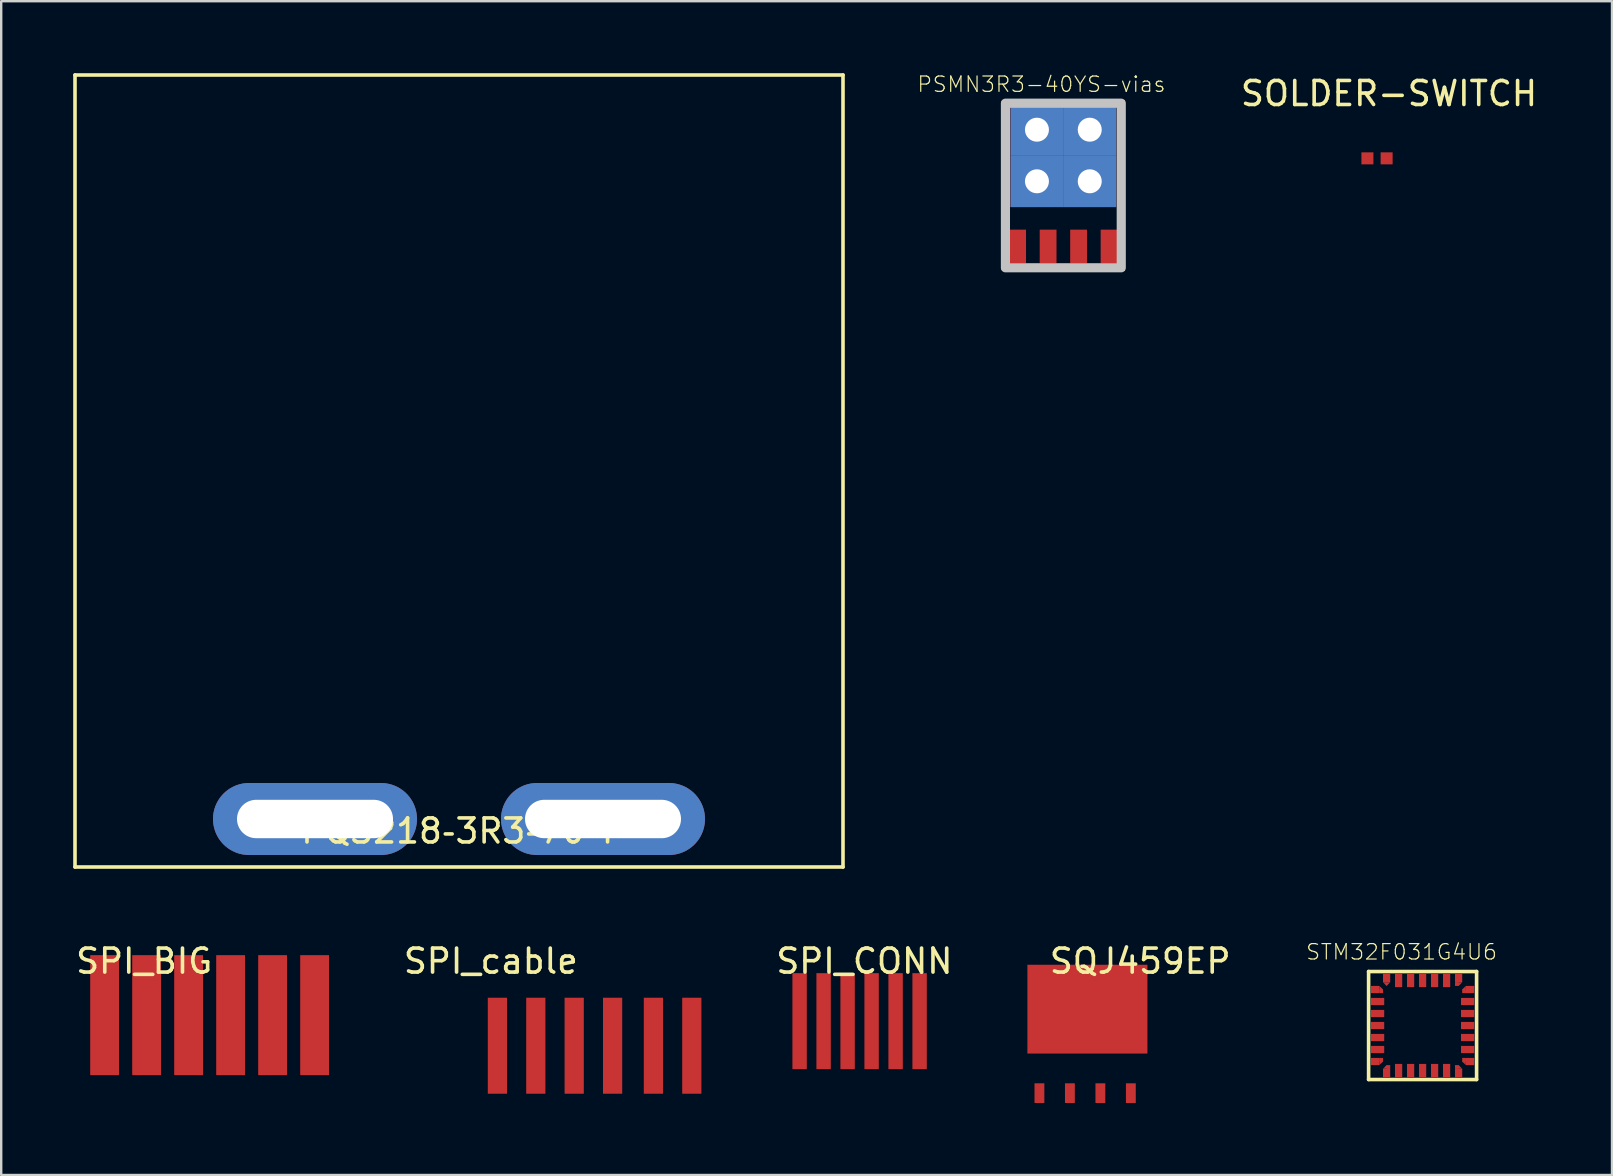
<source format=kicad_pcb>
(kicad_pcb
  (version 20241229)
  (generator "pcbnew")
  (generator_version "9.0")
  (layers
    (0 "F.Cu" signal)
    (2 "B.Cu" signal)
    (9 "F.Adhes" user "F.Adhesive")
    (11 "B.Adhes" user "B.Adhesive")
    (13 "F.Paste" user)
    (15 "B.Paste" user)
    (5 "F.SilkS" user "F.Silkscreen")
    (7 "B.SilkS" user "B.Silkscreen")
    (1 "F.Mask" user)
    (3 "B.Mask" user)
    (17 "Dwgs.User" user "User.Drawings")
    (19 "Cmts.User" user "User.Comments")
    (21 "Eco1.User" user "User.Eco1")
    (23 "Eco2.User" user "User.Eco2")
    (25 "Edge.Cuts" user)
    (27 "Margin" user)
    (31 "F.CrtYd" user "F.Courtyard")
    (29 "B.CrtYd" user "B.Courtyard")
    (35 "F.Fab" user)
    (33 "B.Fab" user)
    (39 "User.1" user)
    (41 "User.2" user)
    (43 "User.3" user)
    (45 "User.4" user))
  (footprint "SOLDER-SWITCH"
    (layer "F.Cu")
    (at 54.826 0.348)
    (property "Reference" "SOLDER-SWITCH" (at 0 0.5 0) (layer "F.SilkS") (effects (font (size 1 1) (thickness 0.15))))
    (attr through_hole)
    (pad "1" smd rect (at -0.9 3.2) (size 0.5 0.5) (layers "F.Cu" "F.Mask" "F.Paste"))
    (pad "2" smd rect (at -0.1 3.2) (size 0.5 0.5) (layers "F.Cu" "F.Mask" "F.Paste")))
  (footprint "SPI_cable"
    (layer "F.Cu")
    (at 17.275 38.522)
    (property "Reference" "SPI_cable" (at 0.127 -1.524 0) (layer "F.SilkS") (effects (font (size 1 1) (thickness 0.15))))
    (attr through_hole)
    (pad "1" smd rect (at 0.4 2) (size 0.8 4) (layers "F.Cu" "F.Mask" "F.Paste"))
    (pad "2" smd rect (at 2 2) (size 0.8 4) (layers "F.Cu" "F.Mask" "F.Paste"))
    (pad "3" smd rect (at 3.6 2) (size 0.8 4) (layers "F.Cu" "F.Mask" "F.Paste"))
    (pad "4" smd rect (at 5.2 2) (size 0.8 4) (layers "F.Cu" "F.Mask" "F.Paste"))
    (pad "5" smd rect (at 6.9 2) (size 0.8 4) (layers "F.Cu" "F.Mask" "F.Paste"))
    (pad "6" smd rect (at 8.5 2) (size 0.8 4) (layers "F.Cu" "F.Mask" "F.Paste")))
  (footprint "SPI_BIG"
    (layer "F.Cu")
    (at 2.958 36.498)
    (property "Reference" "SPI_BIG" (at 0 0.5 0) (layer "F.SilkS") (effects (font (size 1 1) (thickness 0.15))))
    (attr through_hole)
    (pad "1" smd rect (at -1.65 2.75) (size 1.2 5) (layers "F.Cu" "F.Mask" "F.Paste"))
    (pad "2" smd rect (at 0.1 2.75) (size 1.2 5) (layers "F.Cu" "F.Mask" "F.Paste"))
    (pad "3" smd rect (at 1.85 2.75) (size 1.2 5) (layers "F.Cu" "F.Mask" "F.Paste"))
    (pad "4" smd rect (at 3.6 2.75) (size 1.2 5) (layers "F.Cu" "F.Mask" "F.Paste"))
    (pad "5" smd rect (at 5.35 2.75) (size 1.2 5) (layers "F.Cu" "F.Mask" "F.Paste"))
    (pad "6" smd rect (at 7.1 2.75) (size 1.2 5) (layers "F.Cu" "F.Mask" "F.Paste")))
  (footprint "PQ3218‐3R3‐70‐T"
    (layer "F.Cu")
    (at 16.075 31.075)
    (property "Reference" "PQ3218‐3R3‐70‐T" (at 0 0.5 0) (layer "F.SilkS") (effects (font (size 1 1) (thickness 0.15))))
    (attr through_hole)
    (fp_line (start -16 -31) (end -16 2) (stroke (width 0.15) (type solid)) (layer "F.SilkS"))
    (fp_line (start -16 2) (end 16 2) (stroke (width 0.15) (type solid)) (layer "F.SilkS"))
    (fp_line (start 16 -31) (end -16 -31) (stroke (width 0.15) (type solid)) (layer "F.SilkS"))
    (fp_line (start 16 2) (end 16 -31) (stroke (width 0.15) (type solid)) (layer "F.SilkS"))
    (pad "1" thru_hole oval (at -6 0) (size 8.5 3) (drill oval 6.5 1.6) (layers "*.Cu" "*.Mask"))
    (pad "2" thru_hole oval (at 6 0) (size 8.5 3) (drill oval 6.5 1.6) (layers "*.Cu" "*.Mask")))
  (footprint "PSMN3R3-40YS-vias"
    (layer "F.Cu")
    (at 41.256 4.679)
    (property "Reference" "PSMN3R3-40YS-vias" (at -0.914 -4.216 0) (layer "F.SilkS") (effects (font (size 0.64 0.64) (thickness 0.05))))
    (attr smd)
    (fp_line (start -2.5 -3.5) (end 2.5 -3.5) (stroke (width 0.127) (type solid)) (layer "F.SilkS"))
    (fp_line (start -2.5 3.5) (end -2.5 -3.5) (stroke (width 0.127) (type solid)) (layer "F.SilkS"))
    (fp_line (start 2.5 -3.5) (end 2.5 3.5) (stroke (width 0.127) (type solid)) (layer "F.SilkS"))
    (fp_line (start 2.5 3.5) (end -2.5 3.5) (stroke (width 0.127) (type solid)) (layer "F.SilkS"))
    (fp_line (start -2.5 -3.5) (end -2.5 3.5) (stroke (width 0.127) (type solid)) (layer "Dwgs.User"))
    (fp_line (start -2.5 3.5) (end 2.5 3.5) (stroke (width 0.127) (type solid)) (layer "Dwgs.User"))
    (fp_line (start 2.5 -3.5) (end -2.5 -3.5) (stroke (width 0.127) (type solid)) (layer "Dwgs.User"))
    (fp_line (start 2.5 3.5) (end 2.5 -3.5) (stroke (width 0.127) (type solid)) (layer "Dwgs.User"))
    (fp_poly (pts (xy -2.413 -3.429) (xy 2.413 -3.429) (xy 2.413 3.429) (xy -2.413 3.429)) (stroke (width 0.381) (type solid)) (fill no) (layer "Dwgs.User"))
    (pad "1" smd rect (at -1.905 2.54 270) (size 1.4 0.7) (layers "F.Cu" "F.Mask" "F.Paste"))
    (pad "2" smd rect (at -0.635 2.54 270) (size 1.4 0.7) (layers "F.Cu" "F.Mask" "F.Paste"))
    (pad "3" smd rect (at 0.635 2.54 270) (size 1.4 0.7) (layers "F.Cu" "F.Mask" "F.Paste"))
    (pad "4" smd rect (at 1.905 2.54 270) (size 1.4 0.7) (layers "F.Cu" "F.Mask" "F.Paste"))
    (pad "5678" thru_hole rect (at -1.1 -2.325 90) (size 2.15 2.2) (drill 1) (layers "*.Cu" "*.Paste" "*.Mask"))
    (pad "5678" thru_hole rect (at -1.1 -0.175 90) (size 2.15 2.2) (drill 1) (layers "*.Cu" "*.Paste" "*.Mask"))
    (pad "5678" thru_hole rect (at 1.1 -2.325 90) (size 2.15 2.2) (drill 1) (layers "*.Cu" "*.Paste" "*.Mask"))
    (pad "5678" thru_hole rect (at 1.1 -0.175 90) (size 2.15 2.2) (drill 1) (layers "*.Cu" "*.Paste" "*.Mask")))
  (footprint "STM32F031G4U6"
    (layer "F.Cu")
    (at 56.225 39.68)
    (property "Reference" "STM32F031G4U6" (at -0.877 -3.067 0) (layer "F.SilkS") (effects (font (size 0.642 0.642) (thickness 0.05))))
    (attr smd)
    (fp_line (start -2.25 -2.25) (end 2.25 -2.25) (stroke (width 0.15) (type solid)) (layer "F.SilkS"))
    (fp_line (start -2.25 2.25) (end -2.25 -2.25) (stroke (width 0.15) (type solid)) (layer "F.SilkS"))
    (fp_line (start 2.25 -2.25) (end 2.25 2.25) (stroke (width 0.15) (type solid)) (layer "F.SilkS"))
    (fp_line (start 2.25 2.25) (end -2.25 2.25) (stroke (width 0.15) (type solid)) (layer "F.SilkS"))
    (pad "1" smd rect (at -1.975 -1.5) (size 0.35 0.3) (layers "F.Cu" "F.Mask" "F.Paste"))
    (pad "1" smd trapezoid (at -1.725 -1.5) (size 0.15 0.15) (rect_delta 0.14 0) (layers "F.Cu" "F.Mask" "F.Paste"))
    (pad "1" smd rect (at -1.725 -1.425) (size 0.15 0.15) (layers "F.Cu" "F.Mask" "F.Paste"))
    (pad "2" smd rect (at -1.875 -1) (size 0.55 0.3) (layers "F.Cu" "F.Mask" "F.Paste"))
    (pad "3" smd rect (at -1.875 -0.5) (size 0.55 0.3) (layers "F.Cu" "F.Mask" "F.Paste"))
    (pad "4" smd rect (at -1.875 0) (size 0.55 0.3) (layers "F.Cu" "F.Mask" "F.Paste"))
    (pad "5" smd rect (at -1.875 0.5) (size 0.55 0.3) (layers "F.Cu" "F.Mask" "F.Paste"))
    (pad "6" smd rect (at -1.875 1) (size 0.55 0.3) (layers "F.Cu" "F.Mask" "F.Paste"))
    (pad "7" smd rect (at -1.975 1.5) (size 0.35 0.3) (layers "F.Cu" "F.Mask" "F.Paste"))
    (pad "7" smd rect (at -1.725 1.425) (size 0.15 0.15) (layers "F.Cu" "F.Mask" "F.Paste"))
    (pad "7" smd trapezoid (at -1.725 1.5) (size 0.15 0.15) (rect_delta 0.14 0) (layers "F.Cu" "F.Mask" "F.Paste"))
    (pad "8" smd trapezoid (at -1.5 1.725) (size 0.15 0.15) (rect_delta 0 0.14) (layers "F.Cu" "F.Mask" "F.Paste"))
    (pad "8" smd rect (at -1.5 1.975 90) (size 0.35 0.3) (layers "F.Cu" "F.Mask" "F.Paste"))
    (pad "8" smd rect (at -1.425 1.725) (size 0.15 0.15) (layers "F.Cu" "F.Mask" "F.Paste"))
    (pad "9" smd rect (at -1 1.875 90) (size 0.55 0.3) (layers "F.Cu" "F.Mask" "F.Paste"))
    (pad "10" smd rect (at -0.5 1.875 90) (size 0.55 0.3) (layers "F.Cu" "F.Mask" "F.Paste"))
    (pad "11" smd rect (at 0 1.875 90) (size 0.55 0.3) (layers "F.Cu" "F.Mask" "F.Paste"))
    (pad "12" smd rect (at 0.5 1.875 90) (size 0.55 0.3) (layers "F.Cu" "F.Mask" "F.Paste"))
    (pad "13" smd rect (at 1 1.875 90) (size 0.55 0.3) (layers "F.Cu" "F.Mask" "F.Paste"))
    (pad "14" smd rect (at 1.425 1.725) (size 0.15 0.15) (layers "F.Cu" "F.Mask" "F.Paste"))
    (pad "14" smd trapezoid (at 1.5 1.725) (size 0.15 0.15) (rect_delta 0 0.14) (layers "F.Cu" "F.Mask" "F.Paste"))
    (pad "14" smd rect (at 1.5 1.975 90) (size 0.35 0.3) (layers "F.Cu" "F.Mask" "F.Paste"))
    (pad "15" smd rect (at 1.725 1.425) (size 0.15 0.15) (layers "F.Cu" "F.Mask" "F.Paste"))
    (pad "15" smd trapezoid (at 1.725 1.5) (size 0.15 0.15) (rect_delta -0.14 0) (layers "F.Cu" "F.Mask" "F.Paste"))
    (pad "15" smd rect (at 1.975 1.5 180) (size 0.35 0.3) (layers "F.Cu" "F.Mask" "F.Paste"))
    (pad "16" smd rect (at 1.875 1 180) (size 0.55 0.3) (layers "F.Cu" "F.Mask" "F.Paste"))
    (pad "17" smd rect (at 1.875 0.5 180) (size 0.55 0.3) (layers "F.Cu" "F.Mask" "F.Paste"))
    (pad "18" smd rect (at 1.875 0 180) (size 0.55 0.3) (layers "F.Cu" "F.Mask" "F.Paste"))
    (pad "19" smd rect (at 1.875 -0.5 180) (size 0.55 0.3) (layers "F.Cu" "F.Mask" "F.Paste"))
    (pad "20" smd rect (at 1.875 -1 180) (size 0.55 0.3) (layers "F.Cu" "F.Mask" "F.Paste"))
    (pad "21" smd trapezoid (at 1.725 -1.5) (size 0.15 0.15) (rect_delta -0.14 0) (layers "F.Cu" "F.Mask" "F.Paste"))
    (pad "21" smd rect (at 1.725 -1.425) (size 0.15 0.15) (layers "F.Cu" "F.Mask" "F.Paste"))
    (pad "21" smd rect (at 1.975 -1.5 180) (size 0.35 0.3) (layers "F.Cu" "F.Mask" "F.Paste"))
    (pad "22" smd rect (at 1.425 -1.725) (size 0.15 0.15) (layers "F.Cu" "F.Mask" "F.Paste"))
    (pad "22" smd rect (at 1.5 -1.975 270) (size 0.35 0.3) (layers "F.Cu" "F.Mask" "F.Paste"))
    (pad "22" smd trapezoid (at 1.5 -1.725) (size 0.15 0.15) (rect_delta 0 -0.14) (layers "F.Cu" "F.Mask" "F.Paste"))
    (pad "23" smd rect (at 1 -1.875 270) (size 0.55 0.3) (layers "F.Cu" "F.Mask" "F.Paste"))
    (pad "24" smd rect (at 0.5 -1.875 270) (size 0.55 0.3) (layers "F.Cu" "F.Mask" "F.Paste"))
    (pad "25" smd rect (at 0 -1.875 270) (size 0.55 0.3) (layers "F.Cu" "F.Mask" "F.Paste"))
    (pad "26" smd rect (at -0.5 -1.875 270) (size 0.55 0.3) (layers "F.Cu" "F.Mask" "F.Paste"))
    (pad "27" smd rect (at -1 -1.875 270) (size 0.55 0.3) (layers "F.Cu" "F.Mask" "F.Paste"))
    (pad "28" smd rect (at -1.5 -1.975 270) (size 0.35 0.3) (layers "F.Cu" "F.Mask" "F.Paste"))
    (pad "28" smd trapezoid (at -1.5 -1.725) (size 0.15 0.15) (rect_delta 0 -0.14) (layers "F.Cu" "F.Mask" "F.Paste")))
  (footprint "SPI_CONN"
    (layer "F.Cu")
    (at 32.967 36.498)
    (property "Reference" "SPI_CONN" (at 0 0.5 0) (layer "F.SilkS") (effects (font (size 1 1) (thickness 0.15))))
    (attr through_hole)
    (pad "1" smd rect (at -2.7 3) (size 0.6 4) (layers "F.Cu" "F.Mask" "F.Paste"))
    (pad "2" smd rect (at -1.7 3) (size 0.6 4) (layers "F.Cu" "F.Mask" "F.Paste"))
    (pad "3" smd rect (at -0.7 3) (size 0.6 4) (layers "F.Cu" "F.Mask" "F.Paste"))
    (pad "4" smd rect (at 0.3 3) (size 0.6 4) (layers "F.Cu" "F.Mask" "F.Paste"))
    (pad "5" smd rect (at 1.3 3) (size 0.6 4) (layers "F.Cu" "F.Mask" "F.Paste"))
    (pad "6" smd rect (at 2.3 3) (size 0.6 4) (layers "F.Cu" "F.Mask" "F.Paste")))
  (footprint "SQJ459EP"
    (layer "F.Cu")
    (at 44.459 36.498)
    (property "Reference" "SQJ459EP" (at 0 0.5 0) (layer "F.SilkS") (effects (font (size 1 1) (thickness 0.15))))
    (attr through_hole)
    (pad "1" smd rect (at -4.2 6) (size 0.41 0.82) (layers "F.Cu" "F.Mask" "F.Paste"))
    (pad "1" smd rect (at -2.93 6) (size 0.41 0.82) (layers "F.Cu" "F.Mask" "F.Paste"))
    (pad "1" smd rect (at -1.66 6) (size 0.41 0.82) (layers "F.Cu" "F.Mask" "F.Paste"))
    (pad "2" smd rect (at -0.39 6) (size 0.41 0.82) (layers "F.Cu" "F.Mask" "F.Paste"))
    (pad "3" smd rect (at -2.2 2.5) (size 5 3.7) (layers "F.Cu" "F.Mask" "F.Paste")))
  (gr_rect
    (start -3 -3)
    (end 64.117 45.908)
    (stroke (width 0.1) (type default))
    (fill no)
    (layer "Edge.Cuts")))
</source>
